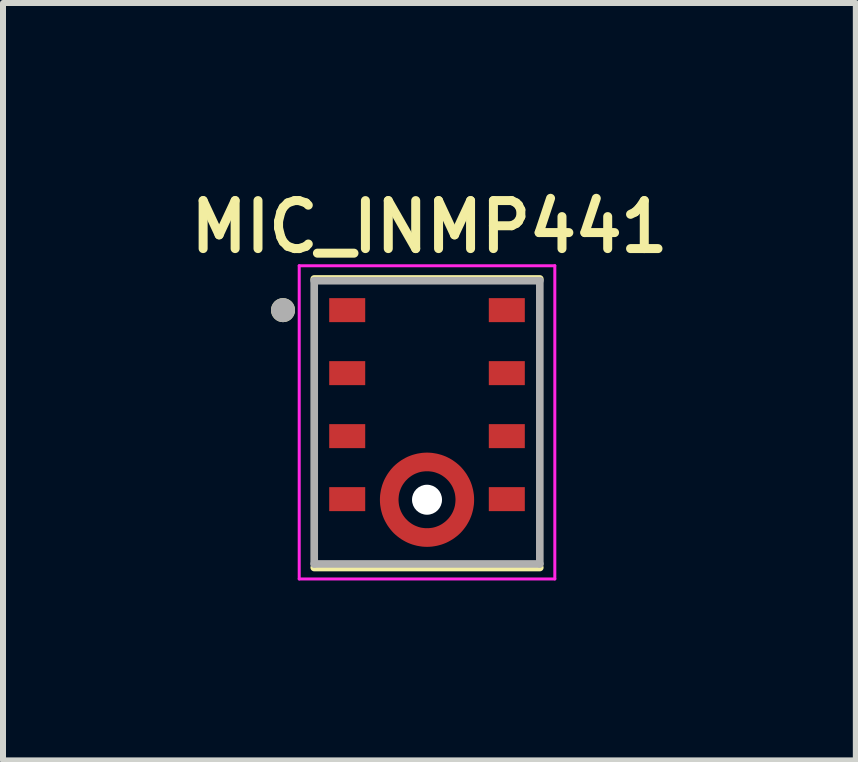
<source format=kicad_pcb>
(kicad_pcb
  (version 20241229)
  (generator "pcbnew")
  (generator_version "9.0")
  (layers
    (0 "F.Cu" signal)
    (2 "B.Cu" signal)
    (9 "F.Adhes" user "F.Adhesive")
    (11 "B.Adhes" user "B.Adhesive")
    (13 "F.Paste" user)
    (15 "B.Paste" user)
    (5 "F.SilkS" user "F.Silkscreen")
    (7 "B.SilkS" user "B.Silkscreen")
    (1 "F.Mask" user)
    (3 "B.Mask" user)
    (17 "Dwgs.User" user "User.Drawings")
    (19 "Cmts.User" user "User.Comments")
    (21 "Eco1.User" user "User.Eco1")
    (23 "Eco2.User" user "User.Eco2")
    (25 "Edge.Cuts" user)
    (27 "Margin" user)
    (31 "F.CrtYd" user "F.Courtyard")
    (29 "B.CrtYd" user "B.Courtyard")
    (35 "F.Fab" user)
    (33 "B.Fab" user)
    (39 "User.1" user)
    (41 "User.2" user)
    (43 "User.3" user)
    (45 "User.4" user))
  (footprint "MIC_INMP441"
    (layer "F.Cu")
    (at 4.067 3.989)
    (property "Reference" "MIC_INMP441" (at 0.04 -3.258 0) (layer "F.SilkS") (effects (font (size 0.8 0.8) (thickness 0.15))))
    (attr smd)
    (fp_circle (center 0 1.29) (end 0.4 1.29) (stroke (width 0.8) (type solid)) (fill no) (layer "F.Mask"))
    (fp_line (start -1.88 -2.39) (end 1.88 -2.39) (stroke (width 0.127) (type solid)) (layer "F.SilkS"))
    (fp_line (start -1.88 2.42) (end 1.88 2.42) (stroke (width 0.127) (type solid)) (layer "F.SilkS"))
    (fp_circle (center -2.4 -1.87) (end -2.3 -1.87) (stroke (width 0.2) (type solid)) (fill no) (layer "F.SilkS"))
    (fp_poly (pts (xy -1.605 -2.045) (xy -1.055 -2.045) (xy -1.055 -1.695) (xy -1.605 -1.695)) (stroke (width 0.01) (type solid)) (fill yes) (layer "F.Paste"))
    (fp_poly (pts (xy -1.605 -0.995) (xy -1.055 -0.995) (xy -1.055 -0.645) (xy -1.605 -0.645)) (stroke (width 0.01) (type solid)) (fill yes) (layer "F.Paste"))
    (fp_poly (pts (xy -1.605 0.055) (xy -1.055 0.055) (xy -1.055 0.405) (xy -1.605 0.405)) (stroke (width 0.01) (type solid)) (fill yes) (layer "F.Paste"))
    (fp_poly (pts (xy -1.605 1.105) (xy -1.055 1.105) (xy -1.055 1.455) (xy -1.605 1.455)) (stroke (width 0.01) (type solid)) (fill yes) (layer "F.Paste"))
    (fp_poly (pts (xy 1.055 -2.045) (xy 1.605 -2.045) (xy 1.605 -1.695) (xy 1.055 -1.695)) (stroke (width 0.01) (type solid)) (fill yes) (layer "F.Paste"))
    (fp_poly (pts (xy 1.055 -0.995) (xy 1.605 -0.995) (xy 1.605 -0.645) (xy 1.055 -0.645)) (stroke (width 0.01) (type solid)) (fill yes) (layer "F.Paste"))
    (fp_poly (pts (xy 1.055 0.055) (xy 1.605 0.055) (xy 1.605 0.405) (xy 1.055 0.405)) (stroke (width 0.01) (type solid)) (fill yes) (layer "F.Paste"))
    (fp_poly (pts (xy 1.055 1.105) (xy 1.605 1.105) (xy 1.605 1.455) (xy 1.055 1.455)) (stroke (width 0.01) (type solid)) (fill yes) (layer "F.Paste"))
    (fp_poly (pts (xy -0.491 0.657) (xy -0.293 0.855) (xy -0.277 0.844) (xy -0.256 0.832) (xy -0.235 0.82) (xy -0.213 0.81) (xy -0.191 0.8) (xy -0.168 0.792) (xy -0.145 0.785) (xy -0.122 0.778) (xy -0.098 0.773) (xy -0.074 0.769) (xy -0.05 0.766) (xy -0.026 0.764) (xy -0.002 0.764) (xy 0.022 0.764) (xy 0.046 0.766) (xy 0.07 0.768) (xy 0.094 0.772) (xy 0.118 0.777) (xy 0.141 0.783) (xy 0.164 0.79) (xy 0.187 0.798) (xy 0.209 0.807) (xy 0.231 0.818) (xy 0.253 0.829) (xy 0.274 0.841) (xy 0.294 0.854) (xy 0.314 0.868) (xy 0.333 0.883) (xy 0.351 0.899) (xy 0.371 0.919) (xy 0.391 0.939) (xy 0.407 0.957) (xy 0.422 0.976) (xy 0.436 0.996) (xy 0.449 1.016) (xy 0.461 1.037) (xy 0.472 1.059) (xy 0.483 1.081) (xy 0.492 1.103) (xy 0.5 1.126) (xy 0.507 1.149) (xy 0.513 1.172) (xy 0.518 1.196) (xy 0.522 1.22) (xy 0.524 1.244) (xy 0.526 1.268) (xy 0.526 1.292) (xy 0.526 1.316) (xy 0.524 1.34) (xy 0.521 1.364) (xy 0.517 1.388) (xy 0.512 1.412) (xy 0.505 1.435) (xy 0.498 1.458) (xy 0.49 1.481) (xy 0.48 1.503) (xy 0.47 1.525) (xy 0.458 1.546) (xy 0.446 1.567) (xy 0.435 1.583) (xy 0.633 1.781) (xy 0.655 1.752) (xy 0.677 1.72) (xy 0.698 1.687) (xy 0.717 1.654) (xy 0.734 1.619) (xy 0.749 1.583) (xy 0.763 1.547) (xy 0.775 1.51) (xy 0.785 1.473) (xy 0.793 1.435) (xy 0.799 1.396) (xy 0.803 1.358) (xy 0.806 1.319) (xy 0.806 1.28) (xy 0.805 1.242) (xy 0.802 1.203) (xy 0.796 1.165) (xy 0.789 1.127) (xy 0.78 1.089) (xy 0.769 1.052) (xy 0.757 1.015) (xy 0.742 0.979) (xy 0.726 0.944) (xy 0.708 0.909) (xy 0.688 0.876) (xy 0.667 0.844) (xy 0.644 0.812) (xy 0.62 0.782) (xy 0.594 0.753) (xy 0.566 0.724) (xy 0.537 0.696) (xy 0.508 0.67) (xy 0.478 0.646) (xy 0.446 0.623) (xy 0.414 0.602) (xy 0.381 0.582) (xy 0.346 0.564) (xy 0.311 0.548) (xy 0.275 0.533) (xy 0.238 0.521) (xy 0.201 0.51) (xy 0.163 0.501) (xy 0.125 0.494) (xy 0.087 0.488) (xy 0.048 0.485) (xy 0.01 0.484) (xy -0.029 0.484) (xy -0.068 0.487) (xy -0.106 0.491) (xy -0.145 0.497) (xy -0.183 0.505) (xy -0.22 0.515) (xy -0.257 0.527) (xy -0.293 0.541) (xy -0.329 0.556) (xy -0.364 0.573) (xy -0.397 0.592) (xy -0.43 0.613) (xy -0.462 0.635) (xy -0.491 0.657) (xy -0.491 0.657)) (stroke (width 0.01) (type solid)) (fill yes) (layer "F.Paste"))
    (fp_poly (pts (xy 0.491 1.923) (xy 0.293 1.725) (xy 0.277 1.736) (xy 0.256 1.748) (xy 0.235 1.76) (xy 0.213 1.77) (xy 0.191 1.78) (xy 0.168 1.788) (xy 0.145 1.795) (xy 0.122 1.802) (xy 0.098 1.807) (xy 0.074 1.811) (xy 0.05 1.814) (xy 0.026 1.816) (xy 0.002 1.816) (xy -0.022 1.816) (xy -0.046 1.814) (xy -0.07 1.812) (xy -0.094 1.808) (xy -0.118 1.803) (xy -0.141 1.797) (xy -0.164 1.79) (xy -0.187 1.782) (xy -0.209 1.773) (xy -0.231 1.762) (xy -0.253 1.751) (xy -0.274 1.739) (xy -0.294 1.726) (xy -0.314 1.712) (xy -0.333 1.697) (xy -0.351 1.681) (xy -0.371 1.661) (xy -0.391 1.641) (xy -0.407 1.623) (xy -0.422 1.604) (xy -0.436 1.584) (xy -0.449 1.564) (xy -0.461 1.543) (xy -0.472 1.521) (xy -0.483 1.499) (xy -0.492 1.477) (xy -0.5 1.454) (xy -0.507 1.431) (xy -0.513 1.408) (xy -0.518 1.384) (xy -0.522 1.36) (xy -0.524 1.336) (xy -0.526 1.312) (xy -0.526 1.288) (xy -0.526 1.264) (xy -0.524 1.24) (xy -0.521 1.216) (xy -0.517 1.192) (xy -0.512 1.168) (xy -0.505 1.145) (xy -0.498 1.122) (xy -0.49 1.099) (xy -0.48 1.077) (xy -0.47 1.055) (xy -0.458 1.034) (xy -0.446 1.013) (xy -0.435 0.997) (xy -0.633 0.799) (xy -0.655 0.828) (xy -0.677 0.86) (xy -0.698 0.893) (xy -0.717 0.926) (xy -0.734 0.961) (xy -0.749 0.997) (xy -0.763 1.033) (xy -0.775 1.07) (xy -0.785 1.107) (xy -0.793 1.145) (xy -0.799 1.184) (xy -0.803 1.222) (xy -0.806 1.261) (xy -0.806 1.3) (xy -0.805 1.338) (xy -0.802 1.377) (xy -0.796 1.415) (xy -0.789 1.453) (xy -0.78 1.491) (xy -0.769 1.528) (xy -0.757 1.565) (xy -0.742 1.601) (xy -0.726 1.636) (xy -0.708 1.671) (xy -0.688 1.704) (xy -0.667 1.736) (xy -0.644 1.768) (xy -0.62 1.798) (xy -0.594 1.827) (xy -0.566 1.856) (xy -0.537 1.884) (xy -0.508 1.91) (xy -0.478 1.934) (xy -0.446 1.957) (xy -0.414 1.978) (xy -0.381 1.998) (xy -0.346 2.016) (xy -0.311 2.032) (xy -0.275 2.047) (xy -0.238 2.059) (xy -0.201 2.07) (xy -0.163 2.079) (xy -0.125 2.086) (xy -0.087 2.092) (xy -0.048 2.095) (xy -0.01 2.096) (xy 0.029 2.096) (xy 0.068 2.093) (xy 0.106 2.089) (xy 0.145 2.083) (xy 0.183 2.075) (xy 0.22 2.065) (xy 0.257 2.053) (xy 0.293 2.039) (xy 0.329 2.024) (xy 0.364 2.007) (xy 0.397 1.988) (xy 0.43 1.967) (xy 0.462 1.945) (xy 0.491 1.923) (xy 0.491 1.923)) (stroke (width 0.01) (type solid)) (fill yes) (layer "F.Paste"))
    (fp_line (start -2.13 -2.61) (end -2.13 2.61) (stroke (width 0.05) (type solid)) (layer "F.CrtYd"))
    (fp_line (start -2.13 -2.61) (end 2.13 -2.61) (stroke (width 0.05) (type solid)) (layer "F.CrtYd"))
    (fp_line (start -2.13 2.61) (end 2.13 2.61) (stroke (width 0.05) (type solid)) (layer "F.CrtYd"))
    (fp_line (start 2.13 -2.61) (end 2.13 2.61) (stroke (width 0.05) (type solid)) (layer "F.CrtYd"))
    (fp_line (start -1.88 -2.36) (end -1.88 2.36) (stroke (width 0.127) (type solid)) (layer "F.Fab"))
    (fp_line (start -1.88 -2.36) (end 1.88 -2.36) (stroke (width 0.127) (type solid)) (layer "F.Fab"))
    (fp_line (start -1.88 2.36) (end 1.88 2.36) (stroke (width 0.127) (type solid)) (layer "F.Fab"))
    (fp_line (start 1.88 -2.36) (end 1.88 2.36) (stroke (width 0.127) (type solid)) (layer "F.Fab"))
    (fp_circle (center -2.4 -1.87) (end -2.3 -1.87) (stroke (width 0.2) (type solid)) (fill no) (layer "F.Fab"))
    (pad "" np_thru_hole circle (at 0 1.29) (size 0.5 0.5) (drill 0.5) (layers "*.Cu" "*.Mask"))
    (pad "1" smd rect (at -1.33 -1.87) (size 0.6 0.4) (layers "F.Cu" "F.Mask"))
    (pad "2" smd rect (at -1.33 -0.82) (size 0.6 0.4) (layers "F.Cu" "F.Mask"))
    (pad "3" smd rect (at -1.33 0.23) (size 0.6 0.4) (layers "F.Cu" "F.Mask"))
    (pad "4" smd rect (at -1.33 1.28) (size 0.6 0.4) (layers "F.Cu" "F.Mask"))
    (pad "5_1" smd custom (at -0.63 1.29) (size 0.1 0.1) (layers "F.Cu") (options (anchor rect)) (primitives (gr_poly (pts (xy 0.63 -0.48) (xy 0.63 -0.78) (xy 0.589 -0.779) (xy 0.548 -0.776) (xy 0.508 -0.77) (xy 0.468 -0.763) (xy 0.428 -0.753) (xy 0.389 -0.742) (xy 0.35 -0.728) (xy 0.313 -0.713) (xy 0.276 -0.695) (xy 0.24 -0.675) (xy 0.205 -0.654) (xy 0.172 -0.631) (xy 0.139 -0.606) (xy 0.108 -0.58) (xy 0.078 -0.552) (xy 0.05 -0.522) (xy 0.024 -0.491) (xy -0.001 -0.458) (xy -0.024 -0.425) (xy -0.045 -0.39) (xy -0.065 -0.354) (xy -0.083 -0.317) (xy -0.098 -0.28) (xy -0.112 -0.241) (xy -0.123 -0.202) (xy -0.133 -0.162) (xy -0.14 -0.122) (xy -0.146 -0.082) (xy -0.149 -0.041) (xy -0.15 0) (xy -0.149 0.041) (xy -0.146 0.082) (xy -0.14 0.122) (xy -0.133 0.162) (xy -0.123 0.202) (xy -0.112 0.241) (xy -0.098 0.28) (xy -0.083 0.317) (xy -0.065 0.354) (xy -0.045 0.39) (xy -0.024 0.425) (xy -0.001 0.458) (xy 0.024 0.491) (xy 0.05 0.522) (xy 0.078 0.552) (xy 0.108 0.58) (xy 0.139 0.606) (xy 0.172 0.631) (xy 0.205 0.654) (xy 0.24 0.675) (xy 0.276 0.695) (xy 0.313 0.713) (xy 0.35 0.728) (xy 0.389 0.742) (xy 0.428 0.753) (xy 0.468 0.763) (xy 0.508 0.77) (xy 0.548 0.776) (xy 0.589 0.779) (xy 0.63 0.78) (xy 0.63 0.48) (xy 0.605 0.479) (xy 0.58 0.477) (xy 0.555 0.474) (xy 0.53 0.47) (xy 0.506 0.464) (xy 0.482 0.457) (xy 0.458 0.448) (xy 0.435 0.439) (xy 0.412 0.428) (xy 0.39 0.416) (xy 0.369 0.403) (xy 0.348 0.388) (xy 0.328 0.373) (xy 0.309 0.357) (xy 0.291 0.339) (xy 0.273 0.321) (xy 0.257 0.302) (xy 0.242 0.282) (xy 0.227 0.261) (xy 0.214 0.24) (xy 0.202 0.218) (xy 0.191 0.195) (xy 0.182 0.172) (xy 0.173 0.148) (xy 0.166 0.124) (xy 0.16 0.1) (xy 0.156 0.075) (xy 0.153 0.05) (xy 0.151 0.025) (xy 0.15 0) (xy 0.151 -0.025) (xy 0.153 -0.05) (xy 0.156 -0.075) (xy 0.16 -0.1) (xy 0.166 -0.124) (xy 0.173 -0.148) (xy 0.182 -0.172) (xy 0.191 -0.195) (xy 0.202 -0.218) (xy 0.214 -0.24) (xy 0.227 -0.261) (xy 0.242 -0.282) (xy 0.257 -0.302) (xy 0.273 -0.321) (xy 0.291 -0.339) (xy 0.309 -0.357) (xy 0.328 -0.373) (xy 0.348 -0.388) (xy 0.369 -0.403) (xy 0.39 -0.416) (xy 0.412 -0.428) (xy 0.435 -0.439) (xy 0.458 -0.448) (xy 0.482 -0.457) (xy 0.506 -0.464) (xy 0.53 -0.47) (xy 0.555 -0.474) (xy 0.58 -0.477) (xy 0.605 -0.479) (xy 0.63 -0.48)) (width 0.01) (fill yes))))
    (pad "5_2" smd custom (at 0.63 1.29) (size 0.1 0.1) (layers "F.Cu") (options (anchor rect)) (primitives (gr_poly (pts (xy -0.63 0.48) (xy -0.63 0.78) (xy -0.589 0.779) (xy -0.548 0.776) (xy -0.508 0.77) (xy -0.468 0.763) (xy -0.428 0.753) (xy -0.389 0.742) (xy -0.35 0.728) (xy -0.313 0.713) (xy -0.276 0.695) (xy -0.24 0.675) (xy -0.205 0.654) (xy -0.172 0.631) (xy -0.139 0.606) (xy -0.108 0.58) (xy -0.078 0.552) (xy -0.05 0.522) (xy -0.024 0.491) (xy 0.001 0.458) (xy 0.024 0.425) (xy 0.045 0.39) (xy 0.065 0.354) (xy 0.083 0.317) (xy 0.098 0.28) (xy 0.112 0.241) (xy 0.123 0.202) (xy 0.133 0.162) (xy 0.14 0.122) (xy 0.146 0.082) (xy 0.149 0.041) (xy 0.15 0) (xy 0.149 -0.041) (xy 0.146 -0.082) (xy 0.14 -0.122) (xy 0.133 -0.162) (xy 0.123 -0.202) (xy 0.112 -0.241) (xy 0.098 -0.28) (xy 0.083 -0.317) (xy 0.065 -0.354) (xy 0.045 -0.39) (xy 0.024 -0.425) (xy 0.001 -0.458) (xy -0.024 -0.491) (xy -0.05 -0.522) (xy -0.078 -0.552) (xy -0.108 -0.58) (xy -0.139 -0.606) (xy -0.172 -0.631) (xy -0.205 -0.654) (xy -0.24 -0.675) (xy -0.276 -0.695) (xy -0.313 -0.713) (xy -0.35 -0.728) (xy -0.389 -0.742) (xy -0.428 -0.753) (xy -0.468 -0.763) (xy -0.508 -0.77) (xy -0.548 -0.776) (xy -0.589 -0.779) (xy -0.63 -0.78) (xy -0.63 -0.48) (xy -0.605 -0.479) (xy -0.58 -0.477) (xy -0.555 -0.474) (xy -0.53 -0.47) (xy -0.506 -0.464) (xy -0.482 -0.457) (xy -0.458 -0.448) (xy -0.435 -0.439) (xy -0.412 -0.428) (xy -0.39 -0.416) (xy -0.369 -0.403) (xy -0.348 -0.388) (xy -0.328 -0.373) (xy -0.309 -0.357) (xy -0.291 -0.339) (xy -0.273 -0.321) (xy -0.257 -0.302) (xy -0.242 -0.282) (xy -0.227 -0.261) (xy -0.214 -0.24) (xy -0.202 -0.218) (xy -0.191 -0.195) (xy -0.182 -0.172) (xy -0.173 -0.148) (xy -0.166 -0.124) (xy -0.16 -0.1) (xy -0.156 -0.075) (xy -0.153 -0.05) (xy -0.151 -0.025) (xy -0.15 0) (xy -0.151 0.025) (xy -0.153 0.05) (xy -0.156 0.075) (xy -0.16 0.1) (xy -0.166 0.124) (xy -0.173 0.148) (xy -0.182 0.172) (xy -0.191 0.195) (xy -0.202 0.218) (xy -0.214 0.24) (xy -0.227 0.261) (xy -0.242 0.282) (xy -0.257 0.302) (xy -0.273 0.321) (xy -0.291 0.339) (xy -0.309 0.357) (xy -0.328 0.373) (xy -0.348 0.388) (xy -0.369 0.403) (xy -0.39 0.416) (xy -0.412 0.428) (xy -0.435 0.439) (xy -0.458 0.448) (xy -0.482 0.457) (xy -0.506 0.464) (xy -0.53 0.47) (xy -0.555 0.474) (xy -0.58 0.477) (xy -0.605 0.479) (xy -0.63 0.48)) (width 0.01) (fill yes))))
    (pad "6" smd rect (at 1.33 1.28) (size 0.6 0.4) (layers "F.Cu" "F.Mask"))
    (pad "7" smd rect (at 1.33 0.23) (size 0.6 0.4) (layers "F.Cu" "F.Mask"))
    (pad "8" smd rect (at 1.33 -0.82) (size 0.6 0.4) (layers "F.Cu" "F.Mask"))
    (pad "9" smd rect (at 1.33 -1.87) (size 0.6 0.4) (layers "F.Cu" "F.Mask")))
  (gr_rect
    (start -3 -3)
    (end 11.214 9.624)
    (stroke (width 0.1) (type default))
    (fill no)
    (layer "Edge.Cuts")))
</source>
